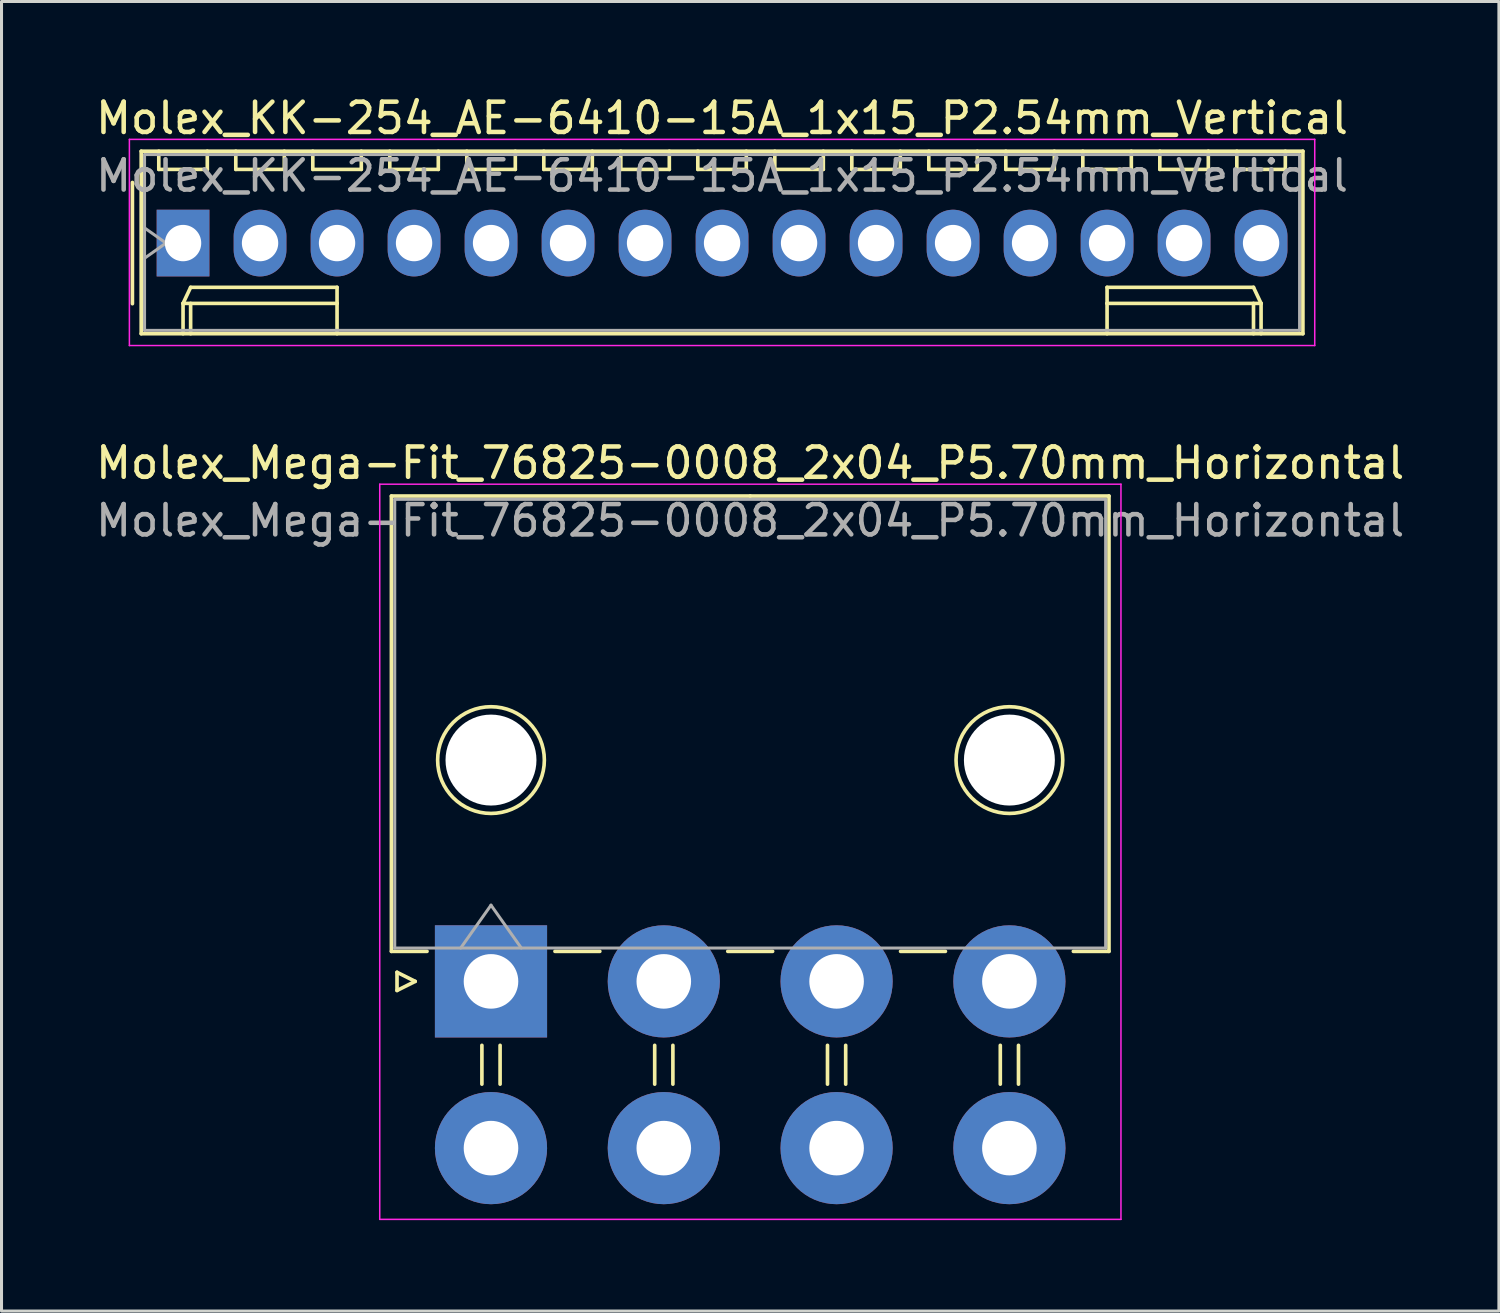
<source format=kicad_pcb>
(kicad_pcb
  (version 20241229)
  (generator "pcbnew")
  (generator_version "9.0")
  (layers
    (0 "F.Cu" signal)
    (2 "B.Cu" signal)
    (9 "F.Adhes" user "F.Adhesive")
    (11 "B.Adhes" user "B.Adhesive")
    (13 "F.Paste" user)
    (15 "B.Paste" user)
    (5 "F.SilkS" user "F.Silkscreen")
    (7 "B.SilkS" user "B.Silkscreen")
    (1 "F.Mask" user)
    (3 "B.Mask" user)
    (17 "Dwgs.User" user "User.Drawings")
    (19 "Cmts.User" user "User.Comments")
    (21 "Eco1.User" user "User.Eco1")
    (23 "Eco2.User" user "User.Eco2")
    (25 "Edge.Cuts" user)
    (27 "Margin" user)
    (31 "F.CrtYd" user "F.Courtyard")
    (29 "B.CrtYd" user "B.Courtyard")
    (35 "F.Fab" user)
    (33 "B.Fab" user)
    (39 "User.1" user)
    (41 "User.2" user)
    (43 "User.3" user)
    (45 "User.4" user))
  (footprint "Molex_Mega-Fit_76825-0008_2x04_P5.70mm_Horizontal"
    (layer "F.Cu")
    (at 13.146 29.322)
    (property "Reference" "Molex_Mega-Fit_76825-0008_2x04_P5.70mm_Horizontal" (at 8.55 -17.1 0) (layer "F.SilkS") (effects (font (size 1 1) (thickness 0.15))))
    (attr through_hole)
    (fp_line (start -3.285 -16.01) (end -3.285 -0.99) (stroke (width 0.12) (type solid)) (layer "F.SilkS"))
    (fp_line (start -3.285 -0.99) (end -2.11 -0.99) (stroke (width 0.12) (type solid)) (layer "F.SilkS"))
    (fp_line (start -3.1 -0.3) (end -2.5 0) (stroke (width 0.12) (type solid)) (layer "F.SilkS"))
    (fp_line (start -3.1 0.3) (end -3.1 -0.3) (stroke (width 0.12) (type solid)) (layer "F.SilkS"))
    (fp_line (start -2.5 0) (end -3.1 0.3) (stroke (width 0.12) (type solid)) (layer "F.SilkS"))
    (fp_line (start -0.3 2.11) (end -0.3 3.39) (stroke (width 0.12) (type solid)) (layer "F.SilkS"))
    (fp_line (start 0.3 2.11) (end 0.3 3.39) (stroke (width 0.12) (type solid)) (layer "F.SilkS"))
    (fp_line (start 2.11 -0.99) (end 3.59 -0.99) (stroke (width 0.12) (type solid)) (layer "F.SilkS"))
    (fp_line (start 5.4 2.11) (end 5.4 3.39) (stroke (width 0.12) (type solid)) (layer "F.SilkS"))
    (fp_line (start 6 2.11) (end 6 3.39) (stroke (width 0.12) (type solid)) (layer "F.SilkS"))
    (fp_line (start 7.81 -0.99) (end 9.29 -0.99) (stroke (width 0.12) (type solid)) (layer "F.SilkS"))
    (fp_line (start 8.55 -16.01) (end -3.285 -16.01) (stroke (width 0.12) (type solid)) (layer "F.SilkS"))
    (fp_line (start 8.55 -16.01) (end 20.385 -16.01) (stroke (width 0.12) (type solid)) (layer "F.SilkS"))
    (fp_line (start 11.1 2.11) (end 11.1 3.39) (stroke (width 0.12) (type solid)) (layer "F.SilkS"))
    (fp_line (start 11.7 2.11) (end 11.7 3.39) (stroke (width 0.12) (type solid)) (layer "F.SilkS"))
    (fp_line (start 13.51 -0.99) (end 14.99 -0.99) (stroke (width 0.12) (type solid)) (layer "F.SilkS"))
    (fp_line (start 16.8 2.11) (end 16.8 3.39) (stroke (width 0.12) (type solid)) (layer "F.SilkS"))
    (fp_line (start 17.4 2.11) (end 17.4 3.39) (stroke (width 0.12) (type solid)) (layer "F.SilkS"))
    (fp_line (start 20.385 -16.01) (end 20.385 -0.99) (stroke (width 0.12) (type solid)) (layer "F.SilkS"))
    (fp_line (start 20.385 -0.99) (end 19.21 -0.99) (stroke (width 0.12) (type solid)) (layer "F.SilkS"))
    (fp_circle (center 0 -7.3) (end 1.76 -7.3) (stroke (width 0.12) (type solid)) (fill no) (layer "F.SilkS"))
    (fp_circle (center 17.1 -7.3) (end 18.86 -7.3) (stroke (width 0.12) (type solid)) (fill no) (layer "F.SilkS"))
    (fp_line (start -3.67 -16.4) (end -3.67 7.85) (stroke (width 0.05) (type solid)) (layer "F.CrtYd"))
    (fp_line (start -3.67 7.85) (end 20.78 7.85) (stroke (width 0.05) (type solid)) (layer "F.CrtYd"))
    (fp_line (start 20.78 -16.4) (end -3.67 -16.4) (stroke (width 0.05) (type solid)) (layer "F.CrtYd"))
    (fp_line (start 20.78 7.85) (end 20.78 -16.4) (stroke (width 0.05) (type solid)) (layer "F.CrtYd"))
    (fp_line (start -3.175 -15.9) (end -3.175 -1.1) (stroke (width 0.1) (type solid)) (layer "F.Fab"))
    (fp_line (start -3.175 -1.1) (end 20.275 -1.1) (stroke (width 0.1) (type solid)) (layer "F.Fab"))
    (fp_line (start -1 -1.1) (end 0 -2.514) (stroke (width 0.1) (type solid)) (layer "F.Fab"))
    (fp_line (start 0 -2.514) (end 1 -1.1) (stroke (width 0.1) (type solid)) (layer "F.Fab"))
    (fp_line (start 20.275 -15.9) (end -3.175 -15.9) (stroke (width 0.1) (type solid)) (layer "F.Fab"))
    (fp_line (start 20.275 -1.1) (end 20.275 -15.9) (stroke (width 0.1) (type solid)) (layer "F.Fab"))
    (fp_text user "${REFERENCE}" (at 8.55 -15.2 0) (layer "F.Fab") (effects (font (size 1 1) (thickness 0.15))))
    (pad "" np_thru_hole circle (at 0 -7.3) (size 3 3) (drill 3) (layers "*.Cu" "*.Mask"))
    (pad "" np_thru_hole circle (at 17.1 -7.3) (size 3 3) (drill 3) (layers "*.Cu" "*.Mask"))
    (pad "1" thru_hole rect (at 0 0) (size 3.7 3.7) (drill 1.8) (layers "*.Cu" "*.Mask"))
    (pad "2" thru_hole circle (at 5.7 0) (size 3.7 3.7) (drill 1.8) (layers "*.Cu" "*.Mask"))
    (pad "3" thru_hole circle (at 11.4 0) (size 3.7 3.7) (drill 1.8) (layers "*.Cu" "*.Mask"))
    (pad "4" thru_hole circle (at 17.1 0) (size 3.7 3.7) (drill 1.8) (layers "*.Cu" "*.Mask"))
    (pad "5" thru_hole circle (at 0 5.5) (size 3.7 3.7) (drill 1.8) (layers "*.Cu" "*.Mask"))
    (pad "6" thru_hole circle (at 5.7 5.5) (size 3.7 3.7) (drill 1.8) (layers "*.Cu" "*.Mask"))
    (pad "7" thru_hole circle (at 11.4 5.5) (size 3.7 3.7) (drill 1.8) (layers "*.Cu" "*.Mask"))
    (pad "8" thru_hole circle (at 17.1 5.5) (size 3.7 3.7) (drill 1.8) (layers "*.Cu" "*.Mask")))
  (footprint "Molex_KK-254_AE-6410-15A_1x15_P2.54mm_Vertical"
    (layer "F.Cu")
    (at 2.988 4.968)
    (property "Reference" "Molex_KK-254_AE-6410-15A_1x15_P2.54mm_Vertical" (at 17.78 -4.12 0) (layer "F.SilkS") (effects (font (size 1 1) (thickness 0.15))))
    (attr through_hole)
    (fp_line (start -1.67 -2) (end -1.67 2) (stroke (width 0.12) (type solid)) (layer "F.SilkS"))
    (fp_line (start -1.38 -3.03) (end -1.38 2.99) (stroke (width 0.12) (type solid)) (layer "F.SilkS"))
    (fp_line (start -1.38 2.99) (end 36.94 2.99) (stroke (width 0.12) (type solid)) (layer "F.SilkS"))
    (fp_line (start -0.8 -3.03) (end -0.8 -2.43) (stroke (width 0.12) (type solid)) (layer "F.SilkS"))
    (fp_line (start -0.8 -2.43) (end 0.8 -2.43) (stroke (width 0.12) (type solid)) (layer "F.SilkS"))
    (fp_line (start 0 1.99) (end 0.25 1.46) (stroke (width 0.12) (type solid)) (layer "F.SilkS"))
    (fp_line (start 0 1.99) (end 5.08 1.99) (stroke (width 0.12) (type solid)) (layer "F.SilkS"))
    (fp_line (start 0 2.99) (end 0 1.99) (stroke (width 0.12) (type solid)) (layer "F.SilkS"))
    (fp_line (start 0.25 1.46) (end 5.08 1.46) (stroke (width 0.12) (type solid)) (layer "F.SilkS"))
    (fp_line (start 0.25 2.99) (end 0.25 1.99) (stroke (width 0.12) (type solid)) (layer "F.SilkS"))
    (fp_line (start 0.8 -2.43) (end 0.8 -3.03) (stroke (width 0.12) (type solid)) (layer "F.SilkS"))
    (fp_line (start 1.74 -3.03) (end 1.74 -2.43) (stroke (width 0.12) (type solid)) (layer "F.SilkS"))
    (fp_line (start 1.74 -2.43) (end 3.34 -2.43) (stroke (width 0.12) (type solid)) (layer "F.SilkS"))
    (fp_line (start 3.34 -2.43) (end 3.34 -3.03) (stroke (width 0.12) (type solid)) (layer "F.SilkS"))
    (fp_line (start 4.28 -3.03) (end 4.28 -2.43) (stroke (width 0.12) (type solid)) (layer "F.SilkS"))
    (fp_line (start 4.28 -2.43) (end 5.88 -2.43) (stroke (width 0.12) (type solid)) (layer "F.SilkS"))
    (fp_line (start 5.08 1.46) (end 5.08 1.99) (stroke (width 0.12) (type solid)) (layer "F.SilkS"))
    (fp_line (start 5.08 1.99) (end 5.08 2.99) (stroke (width 0.12) (type solid)) (layer "F.SilkS"))
    (fp_line (start 5.88 -2.43) (end 5.88 -3.03) (stroke (width 0.12) (type solid)) (layer "F.SilkS"))
    (fp_line (start 6.82 -3.03) (end 6.82 -2.43) (stroke (width 0.12) (type solid)) (layer "F.SilkS"))
    (fp_line (start 6.82 -2.43) (end 8.42 -2.43) (stroke (width 0.12) (type solid)) (layer "F.SilkS"))
    (fp_line (start 8.42 -2.43) (end 8.42 -3.03) (stroke (width 0.12) (type solid)) (layer "F.SilkS"))
    (fp_line (start 9.36 -3.03) (end 9.36 -2.43) (stroke (width 0.12) (type solid)) (layer "F.SilkS"))
    (fp_line (start 9.36 -2.43) (end 10.96 -2.43) (stroke (width 0.12) (type solid)) (layer "F.SilkS"))
    (fp_line (start 10.96 -2.43) (end 10.96 -3.03) (stroke (width 0.12) (type solid)) (layer "F.SilkS"))
    (fp_line (start 11.9 -3.03) (end 11.9 -2.43) (stroke (width 0.12) (type solid)) (layer "F.SilkS"))
    (fp_line (start 11.9 -2.43) (end 13.5 -2.43) (stroke (width 0.12) (type solid)) (layer "F.SilkS"))
    (fp_line (start 13.5 -2.43) (end 13.5 -3.03) (stroke (width 0.12) (type solid)) (layer "F.SilkS"))
    (fp_line (start 14.44 -3.03) (end 14.44 -2.43) (stroke (width 0.12) (type solid)) (layer "F.SilkS"))
    (fp_line (start 14.44 -2.43) (end 16.04 -2.43) (stroke (width 0.12) (type solid)) (layer "F.SilkS"))
    (fp_line (start 16.04 -2.43) (end 16.04 -3.03) (stroke (width 0.12) (type solid)) (layer "F.SilkS"))
    (fp_line (start 16.98 -3.03) (end 16.98 -2.43) (stroke (width 0.12) (type solid)) (layer "F.SilkS"))
    (fp_line (start 16.98 -2.43) (end 18.58 -2.43) (stroke (width 0.12) (type solid)) (layer "F.SilkS"))
    (fp_line (start 18.58 -2.43) (end 18.58 -3.03) (stroke (width 0.12) (type solid)) (layer "F.SilkS"))
    (fp_line (start 19.52 -3.03) (end 19.52 -2.43) (stroke (width 0.12) (type solid)) (layer "F.SilkS"))
    (fp_line (start 19.52 -2.43) (end 21.12 -2.43) (stroke (width 0.12) (type solid)) (layer "F.SilkS"))
    (fp_line (start 21.12 -2.43) (end 21.12 -3.03) (stroke (width 0.12) (type solid)) (layer "F.SilkS"))
    (fp_line (start 22.06 -3.03) (end 22.06 -2.43) (stroke (width 0.12) (type solid)) (layer "F.SilkS"))
    (fp_line (start 22.06 -2.43) (end 23.66 -2.43) (stroke (width 0.12) (type solid)) (layer "F.SilkS"))
    (fp_line (start 23.66 -2.43) (end 23.66 -3.03) (stroke (width 0.12) (type solid)) (layer "F.SilkS"))
    (fp_line (start 24.6 -3.03) (end 24.6 -2.43) (stroke (width 0.12) (type solid)) (layer "F.SilkS"))
    (fp_line (start 24.6 -2.43) (end 26.2 -2.43) (stroke (width 0.12) (type solid)) (layer "F.SilkS"))
    (fp_line (start 26.2 -2.43) (end 26.2 -3.03) (stroke (width 0.12) (type solid)) (layer "F.SilkS"))
    (fp_line (start 27.14 -3.03) (end 27.14 -2.43) (stroke (width 0.12) (type solid)) (layer "F.SilkS"))
    (fp_line (start 27.14 -2.43) (end 28.74 -2.43) (stroke (width 0.12) (type solid)) (layer "F.SilkS"))
    (fp_line (start 28.74 -2.43) (end 28.74 -3.03) (stroke (width 0.12) (type solid)) (layer "F.SilkS"))
    (fp_line (start 29.68 -3.03) (end 29.68 -2.43) (stroke (width 0.12) (type solid)) (layer "F.SilkS"))
    (fp_line (start 29.68 -2.43) (end 31.28 -2.43) (stroke (width 0.12) (type solid)) (layer "F.SilkS"))
    (fp_line (start 30.48 1.46) (end 30.48 1.99) (stroke (width 0.12) (type solid)) (layer "F.SilkS"))
    (fp_line (start 30.48 1.99) (end 30.48 2.99) (stroke (width 0.12) (type solid)) (layer "F.SilkS"))
    (fp_line (start 31.28 -2.43) (end 31.28 -3.03) (stroke (width 0.12) (type solid)) (layer "F.SilkS"))
    (fp_line (start 32.22 -3.03) (end 32.22 -2.43) (stroke (width 0.12) (type solid)) (layer "F.SilkS"))
    (fp_line (start 32.22 -2.43) (end 33.82 -2.43) (stroke (width 0.12) (type solid)) (layer "F.SilkS"))
    (fp_line (start 33.82 -2.43) (end 33.82 -3.03) (stroke (width 0.12) (type solid)) (layer "F.SilkS"))
    (fp_line (start 34.76 -3.03) (end 34.76 -2.43) (stroke (width 0.12) (type solid)) (layer "F.SilkS"))
    (fp_line (start 34.76 -2.43) (end 36.36 -2.43) (stroke (width 0.12) (type solid)) (layer "F.SilkS"))
    (fp_line (start 35.31 1.46) (end 30.48 1.46) (stroke (width 0.12) (type solid)) (layer "F.SilkS"))
    (fp_line (start 35.31 2.99) (end 35.31 1.99) (stroke (width 0.12) (type solid)) (layer "F.SilkS"))
    (fp_line (start 35.56 1.99) (end 30.48 1.99) (stroke (width 0.12) (type solid)) (layer "F.SilkS"))
    (fp_line (start 35.56 1.99) (end 35.31 1.46) (stroke (width 0.12) (type solid)) (layer "F.SilkS"))
    (fp_line (start 35.56 2.99) (end 35.56 1.99) (stroke (width 0.12) (type solid)) (layer "F.SilkS"))
    (fp_line (start 36.36 -2.43) (end 36.36 -3.03) (stroke (width 0.12) (type solid)) (layer "F.SilkS"))
    (fp_line (start 36.94 -3.03) (end -1.38 -3.03) (stroke (width 0.12) (type solid)) (layer "F.SilkS"))
    (fp_line (start 36.94 2.99) (end 36.94 -3.03) (stroke (width 0.12) (type solid)) (layer "F.SilkS"))
    (fp_line (start -1.77 -3.42) (end -1.77 3.38) (stroke (width 0.05) (type solid)) (layer "F.CrtYd"))
    (fp_line (start -1.77 3.38) (end 37.33 3.38) (stroke (width 0.05) (type solid)) (layer "F.CrtYd"))
    (fp_line (start 37.33 -3.42) (end -1.77 -3.42) (stroke (width 0.05) (type solid)) (layer "F.CrtYd"))
    (fp_line (start 37.33 3.38) (end 37.33 -3.42) (stroke (width 0.05) (type solid)) (layer "F.CrtYd"))
    (fp_line (start -1.27 -2.92) (end -1.27 2.88) (stroke (width 0.1) (type solid)) (layer "F.Fab"))
    (fp_line (start -1.27 -0.5) (end -0.563 0) (stroke (width 0.1) (type solid)) (layer "F.Fab"))
    (fp_line (start -1.27 2.88) (end 36.83 2.88) (stroke (width 0.1) (type solid)) (layer "F.Fab"))
    (fp_line (start -0.563 0) (end -1.27 0.5) (stroke (width 0.1) (type solid)) (layer "F.Fab"))
    (fp_line (start 36.83 -2.92) (end -1.27 -2.92) (stroke (width 0.1) (type solid)) (layer "F.Fab"))
    (fp_line (start 36.83 2.88) (end 36.83 -2.92) (stroke (width 0.1) (type solid)) (layer "F.Fab"))
    (fp_text user "${REFERENCE}" (at 17.78 -2.22 0) (layer "F.Fab") (effects (font (size 1 1) (thickness 0.15))))
    (pad "1" thru_hole rect (at 0 0) (size 1.74 2.2) (drill 1.2) (layers "*.Cu" "*.Mask"))
    (pad "2" thru_hole oval (at 2.54 0) (size 1.74 2.2) (drill 1.2) (layers "*.Cu" "*.Mask"))
    (pad "3" thru_hole oval (at 5.08 0) (size 1.74 2.2) (drill 1.2) (layers "*.Cu" "*.Mask"))
    (pad "4" thru_hole oval (at 7.62 0) (size 1.74 2.2) (drill 1.2) (layers "*.Cu" "*.Mask"))
    (pad "5" thru_hole oval (at 10.16 0) (size 1.74 2.2) (drill 1.2) (layers "*.Cu" "*.Mask"))
    (pad "6" thru_hole oval (at 12.7 0) (size 1.74 2.2) (drill 1.2) (layers "*.Cu" "*.Mask"))
    (pad "7" thru_hole oval (at 15.24 0) (size 1.74 2.2) (drill 1.2) (layers "*.Cu" "*.Mask"))
    (pad "8" thru_hole oval (at 17.78 0) (size 1.74 2.2) (drill 1.2) (layers "*.Cu" "*.Mask"))
    (pad "9" thru_hole oval (at 20.32 0) (size 1.74 2.2) (drill 1.2) (layers "*.Cu" "*.Mask"))
    (pad "10" thru_hole oval (at 22.86 0) (size 1.74 2.2) (drill 1.2) (layers "*.Cu" "*.Mask"))
    (pad "11" thru_hole oval (at 25.4 0) (size 1.74 2.2) (drill 1.2) (layers "*.Cu" "*.Mask"))
    (pad "12" thru_hole oval (at 27.94 0) (size 1.74 2.2) (drill 1.2) (layers "*.Cu" "*.Mask"))
    (pad "13" thru_hole oval (at 30.48 0) (size 1.74 2.2) (drill 1.2) (layers "*.Cu" "*.Mask"))
    (pad "14" thru_hole oval (at 33.02 0) (size 1.74 2.2) (drill 1.2) (layers "*.Cu" "*.Mask"))
    (pad "15" thru_hole oval (at 35.56 0) (size 1.74 2.2) (drill 1.2) (layers "*.Cu" "*.Mask")))
  (gr_rect
    (start -3 -3)
    (end 46.393 40.197)
    (stroke (width 0.1) (type default))
    (fill no)
    (layer "Edge.Cuts")))
</source>
